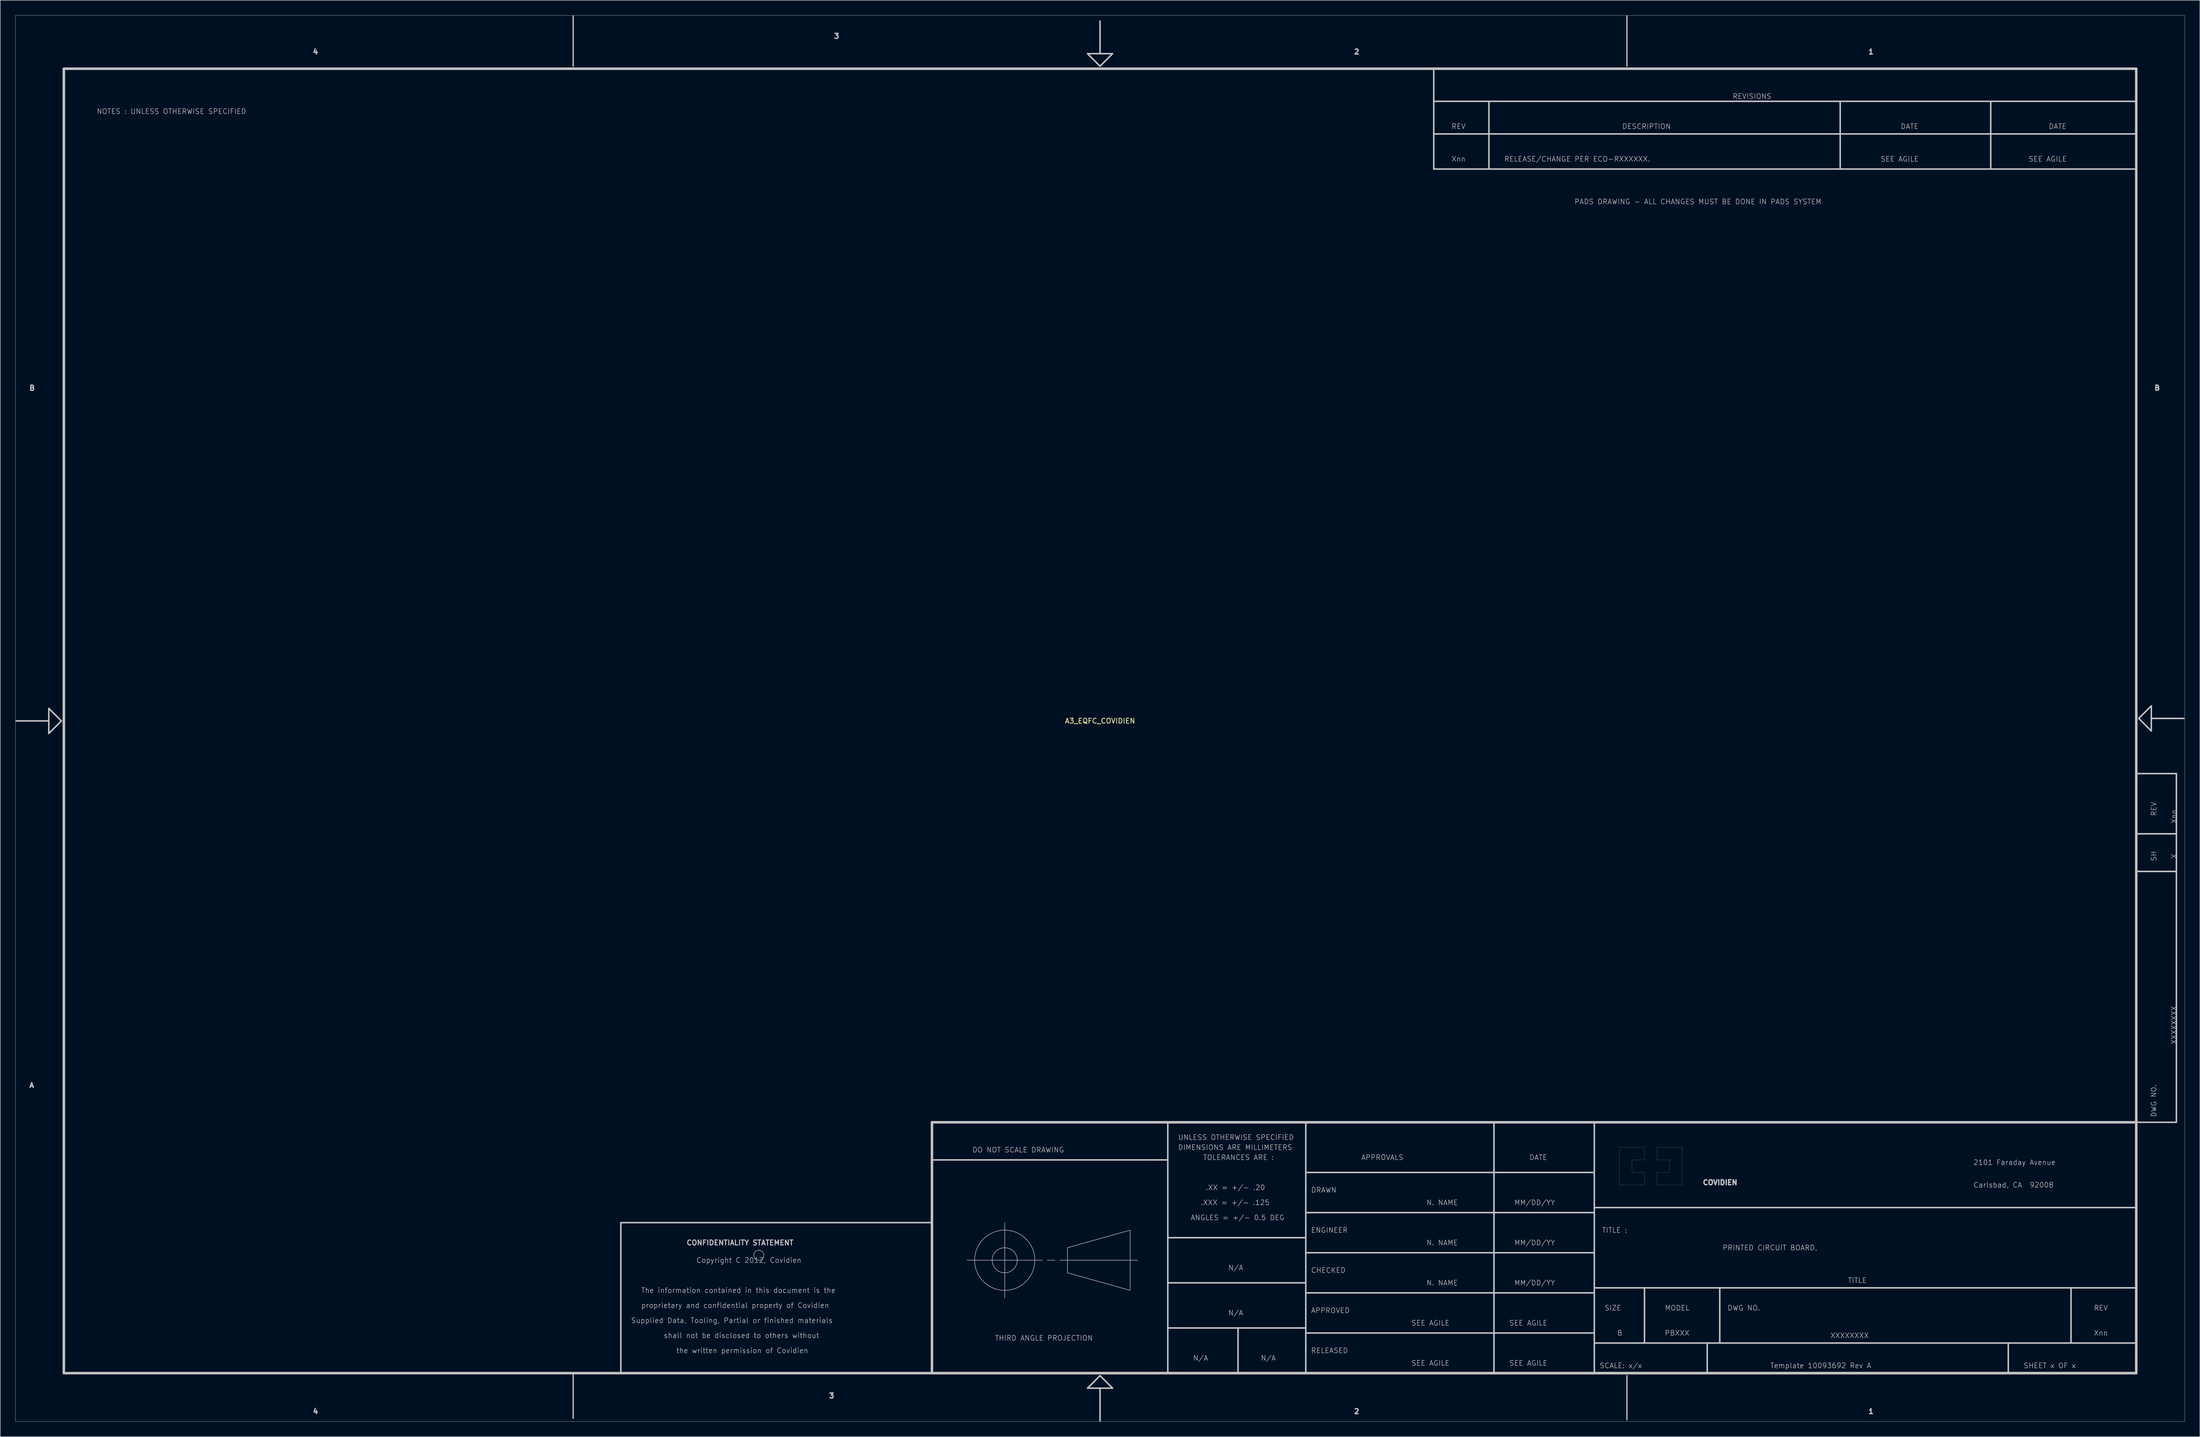
<source format=kicad_pcb>
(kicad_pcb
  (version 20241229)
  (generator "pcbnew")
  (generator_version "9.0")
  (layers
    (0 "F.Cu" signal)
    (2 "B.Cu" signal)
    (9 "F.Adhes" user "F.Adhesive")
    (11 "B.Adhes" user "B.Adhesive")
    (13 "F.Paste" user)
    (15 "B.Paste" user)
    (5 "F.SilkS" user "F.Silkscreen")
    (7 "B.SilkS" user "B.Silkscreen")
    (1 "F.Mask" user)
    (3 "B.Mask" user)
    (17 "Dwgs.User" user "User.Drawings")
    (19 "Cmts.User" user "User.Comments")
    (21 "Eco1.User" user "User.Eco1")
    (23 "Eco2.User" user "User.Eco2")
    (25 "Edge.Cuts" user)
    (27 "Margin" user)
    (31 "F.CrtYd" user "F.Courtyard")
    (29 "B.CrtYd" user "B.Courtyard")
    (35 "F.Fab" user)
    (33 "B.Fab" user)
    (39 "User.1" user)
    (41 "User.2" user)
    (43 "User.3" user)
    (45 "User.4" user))
  (footprint "A3_EQFC_COVIDIEN"
    (placed yes)
    (layer "F.Cu")
    (at 216.175 140.645)
    (property "Reference" "A3_EQFC_COVIDIEN" (at 0 0 0) (layer "F.SilkS") (effects (font (size 1 1) (thickness 0.15))))
    (attr through_hole)
    (fp_line (start -216.15 -140.62) (end 216.15 -140.62) (stroke (width 0.05) (type solid)) (layer "Dwgs.User"))
    (fp_line (start -216.15 139.65) (end -216.15 -140.62) (stroke (width 0.05) (type solid)) (layer "Dwgs.User"))
    (fp_line (start -216 0) (end -209.5 0) (stroke (width 0.3) (type solid)) (layer "Dwgs.User"))
    (fp_line (start -209.5 -2.5) (end -209.5 2.5) (stroke (width 0.3) (type solid)) (layer "Dwgs.User"))
    (fp_line (start -209.5 2.5) (end -207 0) (stroke (width 0.3) (type solid)) (layer "Dwgs.User"))
    (fp_line (start -207 0) (end -209.5 -2.5) (stroke (width 0.3) (type solid)) (layer "Dwgs.User"))
    (fp_line (start -206.5 -130) (end 206.5 -130) (stroke (width 0.5) (type solid)) (layer "Dwgs.User"))
    (fp_line (start -206.5 130) (end -206.5 -130) (stroke (width 0.5) (type solid)) (layer "Dwgs.User"))
    (fp_line (start -105 -140.495) (end -105 -130.5) (stroke (width 0.25) (type solid)) (layer "Dwgs.User"))
    (fp_line (start -105 139) (end -105 130.199) (stroke (width 0.25) (type solid)) (layer "Dwgs.User"))
    (fp_line (start -95.5 100) (end -95.5 130) (stroke (width 0.3) (type solid)) (layer "Dwgs.User"))
    (fp_line (start -95.5 130) (end -33.5 130) (stroke (width 0.3) (type solid)) (layer "Dwgs.User"))
    (fp_line (start -33.5 80) (end -33.5 130) (stroke (width 0.5) (type solid)) (layer "Dwgs.User"))
    (fp_line (start -33.5 100) (end -95.5 100) (stroke (width 0.3) (type solid)) (layer "Dwgs.User"))
    (fp_line (start -33.5 130) (end -33.5 100) (stroke (width 0.3) (type solid)) (layer "Dwgs.User"))
    (fp_line (start -33.5 130) (end 206.5 130) (stroke (width 0.5) (type solid)) (layer "Dwgs.User"))
    (fp_line (start -26.5 107.5) (end -11.5 107.5) (stroke (width 0.1) (type solid)) (layer "Dwgs.User"))
    (fp_line (start -19 100) (end -19 115) (stroke (width 0.1) (type solid)) (layer "Dwgs.User"))
    (fp_line (start -10.5 107.5) (end -9 107.5) (stroke (width 0.1) (type solid)) (layer "Dwgs.User"))
    (fp_line (start -8 107.5) (end 7.5 107.5) (stroke (width 0.1) (type solid)) (layer "Dwgs.User"))
    (fp_line (start -6.5 105) (end -6.5 110) (stroke (width 0.1) (type solid)) (layer "Dwgs.User"))
    (fp_line (start -6.5 110) (end 6 113.5) (stroke (width 0.1) (type solid)) (layer "Dwgs.User"))
    (fp_line (start -2.5 -133) (end 0 -130.5) (stroke (width 0.3) (type solid)) (layer "Dwgs.User"))
    (fp_line (start -2.5 133) (end 2.5 133) (stroke (width 0.3) (type solid)) (layer "Dwgs.User"))
    (fp_line (start 0 -139.5) (end 0 -133) (stroke (width 0.3) (type solid)) (layer "Dwgs.User"))
    (fp_line (start 0 -130.5) (end 2.5 -133) (stroke (width 0.3) (type solid)) (layer "Dwgs.User"))
    (fp_line (start 0 130.5) (end -2.5 133) (stroke (width 0.3) (type solid)) (layer "Dwgs.User"))
    (fp_line (start 0 139.5) (end 0 133) (stroke (width 0.3) (type solid)) (layer "Dwgs.User"))
    (fp_line (start 2.5 -133) (end -2.5 -133) (stroke (width 0.3) (type solid)) (layer "Dwgs.User"))
    (fp_line (start 2.5 133) (end 0 130.5) (stroke (width 0.3) (type solid)) (layer "Dwgs.User"))
    (fp_line (start 6 101.5) (end -6.5 105) (stroke (width 0.1) (type solid)) (layer "Dwgs.User"))
    (fp_line (start 6 113.5) (end 6 101.5) (stroke (width 0.1) (type solid)) (layer "Dwgs.User"))
    (fp_line (start 13.5 87.5) (end -33.5 87.5) (stroke (width 0.3) (type solid)) (layer "Dwgs.User"))
    (fp_line (start 13.5 130) (end 13.5 80) (stroke (width 0.3) (type solid)) (layer "Dwgs.User"))
    (fp_line (start 27.5 130) (end 27.5 121) (stroke (width 0.3) (type solid)) (layer "Dwgs.User"))
    (fp_line (start 41 103) (end 13.5 103) (stroke (width 0.3) (type solid)) (layer "Dwgs.User"))
    (fp_line (start 41 112) (end 13.5 112) (stroke (width 0.3) (type solid)) (layer "Dwgs.User"))
    (fp_line (start 41 121) (end 13.5 121) (stroke (width 0.3) (type solid)) (layer "Dwgs.User"))
    (fp_line (start 41 130) (end 41 80) (stroke (width 0.3) (type solid)) (layer "Dwgs.User"))
    (fp_line (start 66.5 -130) (end 206.5 -130) (stroke (width 0.3) (type solid)) (layer "Dwgs.User"))
    (fp_line (start 66.5 -123.5) (end 206.5 -123.5) (stroke (width 0.3) (type solid)) (layer "Dwgs.User"))
    (fp_line (start 66.5 -117) (end 206.5 -117) (stroke (width 0.3) (type solid)) (layer "Dwgs.User"))
    (fp_line (start 66.5 -110) (end 66.5 -130) (stroke (width 0.3) (type solid)) (layer "Dwgs.User"))
    (fp_line (start 77.5 -123.5) (end 77.5 -110) (stroke (width 0.3) (type solid)) (layer "Dwgs.User"))
    (fp_line (start 78.5 130) (end 78.5 80) (stroke (width 0.3) (type solid)) (layer "Dwgs.User"))
    (fp_line (start 98.5 90) (end 41 90) (stroke (width 0.3) (type solid)) (layer "Dwgs.User"))
    (fp_line (start 98.5 97) (end 206.5 97) (stroke (width 0.3) (type solid)) (layer "Dwgs.User"))
    (fp_line (start 98.5 98) (end 41 98) (stroke (width 0.3) (type solid)) (layer "Dwgs.User"))
    (fp_line (start 98.5 106) (end 41 106) (stroke (width 0.3) (type solid)) (layer "Dwgs.User"))
    (fp_line (start 98.5 113) (end 206.5 113) (stroke (width 0.3) (type solid)) (layer "Dwgs.User"))
    (fp_line (start 98.5 114) (end 41 114) (stroke (width 0.3) (type solid)) (layer "Dwgs.User"))
    (fp_line (start 98.5 122) (end 41 122) (stroke (width 0.3) (type solid)) (layer "Dwgs.User"))
    (fp_line (start 98.5 124) (end 206.5 124) (stroke (width 0.3) (type solid)) (layer "Dwgs.User"))
    (fp_line (start 98.5 130) (end 98.5 80) (stroke (width 0.3) (type solid)) (layer "Dwgs.User"))
    (fp_line (start 105 -140.495) (end 105 -130.5) (stroke (width 0.25) (type solid)) (layer "Dwgs.User"))
    (fp_line (start 105 139.301) (end 105 130.5) (stroke (width 0.25) (type solid)) (layer "Dwgs.User"))
    (fp_line (start 108.5 113) (end 108.5 124) (stroke (width 0.3) (type solid)) (layer "Dwgs.User"))
    (fp_line (start 121 124) (end 121 130) (stroke (width 0.3) (type solid)) (layer "Dwgs.User"))
    (fp_line (start 123.5 113) (end 123.5 124) (stroke (width 0.3) (type solid)) (layer "Dwgs.User"))
    (fp_line (start 147.5 -123.5) (end 147.5 -110) (stroke (width 0.3) (type solid)) (layer "Dwgs.User"))
    (fp_line (start 177.5 -123.5) (end 177.5 -110) (stroke (width 0.3) (type solid)) (layer "Dwgs.User"))
    (fp_line (start 181 124) (end 181 130) (stroke (width 0.3) (type solid)) (layer "Dwgs.User"))
    (fp_line (start 193.5 113) (end 193.5 124) (stroke (width 0.3) (type solid)) (layer "Dwgs.User"))
    (fp_line (start 206.5 -130) (end 206.5 -110) (stroke (width 0.3) (type solid)) (layer "Dwgs.User"))
    (fp_line (start 206.5 -130) (end 206.5 130) (stroke (width 0.5) (type solid)) (layer "Dwgs.User"))
    (fp_line (start 206.5 -110) (end 66.5 -110) (stroke (width 0.3) (type solid)) (layer "Dwgs.User"))
    (fp_line (start 206.5 10.5) (end 206.5 80) (stroke (width 0.3) (type solid)) (layer "Dwgs.User"))
    (fp_line (start 206.5 22.5) (end 214.5 22.5) (stroke (width 0.3) (type solid)) (layer "Dwgs.User"))
    (fp_line (start 206.5 30) (end 214.5 30) (stroke (width 0.3) (type solid)) (layer "Dwgs.User"))
    (fp_line (start 206.5 80) (end -33.5 80) (stroke (width 0.5) (type solid)) (layer "Dwgs.User"))
    (fp_line (start 206.5 80) (end 214.5 80) (stroke (width 0.3) (type solid)) (layer "Dwgs.User"))
    (fp_line (start 206.5 130) (end -206.5 130) (stroke (width 0.5) (type solid)) (layer "Dwgs.User"))
    (fp_line (start 206.5 130) (end 206.5 80) (stroke (width 0.5) (type solid)) (layer "Dwgs.User"))
    (fp_line (start 207 -0.5) (end 209.5 2) (stroke (width 0.3) (type solid)) (layer "Dwgs.User"))
    (fp_line (start 209.5 -3) (end 207 -0.5) (stroke (width 0.3) (type solid)) (layer "Dwgs.User"))
    (fp_line (start 209.5 2) (end 209.5 -3) (stroke (width 0.3) (type solid)) (layer "Dwgs.User"))
    (fp_line (start 214.5 10.5) (end 206.5 10.5) (stroke (width 0.3) (type solid)) (layer "Dwgs.User"))
    (fp_line (start 214.5 22.5) (end 206.5 22.5) (stroke (width 0.3) (type solid)) (layer "Dwgs.User"))
    (fp_line (start 214.5 30) (end 206.5 30) (stroke (width 0.3) (type solid)) (layer "Dwgs.User"))
    (fp_line (start 214.5 80) (end 214.5 10.5) (stroke (width 0.3) (type solid)) (layer "Dwgs.User"))
    (fp_line (start 216 -0.5) (end 209.5 -0.5) (stroke (width 0.3) (type solid)) (layer "Dwgs.User"))
    (fp_line (start 216.15 -140.62) (end 216.15 139.65) (stroke (width 0.05) (type solid)) (layer "Dwgs.User"))
    (fp_line (start 216.15 139.65) (end -216.15 139.65) (stroke (width 0.05) (type solid)) (layer "Dwgs.User"))
    (fp_arc (start -67 106.5) (mid -69 106.5) (end -67 106.5) (stroke (width 0.1) (type solid)) (layer "Dwgs.User"))
    (fp_arc (start -16.5 107.5) (mid -21.5 107.5) (end -16.5 107.5) (stroke (width 0.1) (type solid)) (layer "Dwgs.User"))
    (fp_arc (start -13 107.5) (mid -25 107.5) (end -13 107.5) (stroke (width 0.1) (type solid)) (layer "Dwgs.User"))
    (fp_poly (pts (xy 103.5 92.5) (xy 103.5 85) (xy 108.5 85) (xy 108.5 87.5) (xy 106 87.5) (xy 106 90) (xy 108.5 90) (xy 108.5 92.5)) (stroke (width 0.02) (type solid)) (fill no) (layer "Dwgs.User"))
    (fp_poly (pts (xy 116 85) (xy 116 92.5) (xy 111 92.5) (xy 111 90) (xy 113.5 90) (xy 113.5 87.5) (xy 111 87.5) (xy 111 85)) (stroke (width 0.02) (type solid)) (fill no) (layer "Dwgs.User"))
    (fp_text user "DATE" (at 85.5 87 0) (layer "Dwgs.User") (effects (font (size 1 1) (thickness 0.1)) (justify left)))
    (fp_text user "RELEASED" (at 42 125.5 0) (layer "Dwgs.User") (effects (font (size 1 1) (thickness 0.1)) (justify left)))
    (fp_text user "DWG NO." (at 210 79 270) (layer "Dwgs.User") (effects (font (size 1 1) (thickness 0.1)) (justify left)))
    (fp_text user "DESCRIPTION" (at 104 -118.5 0) (layer "Dwgs.User") (effects (font (size 1 1) (thickness 0.1)) (justify left)))
    (fp_text user "PRINTED CIRCUIT BOARD," (at 124 105 0) (layer "Dwgs.User") (effects (font (size 1 1) (thickness 0.1)) (justify left)))
    (fp_text user "SH" (at 210 28 270) (layer "Dwgs.User") (effects (font (size 1 1) (thickness 0.1)) (justify left)))
    (fp_text user "Template 10093692 Rev A " (at 133.5 128.5 0) (layer "Dwgs.User") (effects (font (size 1 1) (thickness 0.1)) (justify left)))
    (fp_text user "X" (at 214 27.5 270) (layer "Dwgs.User") (effects (font (size 1 1) (thickness 0.1)) (justify left)))
    (fp_text user "COVIDIEN" (at 120 92 0) (layer "Dwgs.User") (effects (font (size 1 1) (thickness 0.3)) (justify left)))
    (fp_text user "SEE AGILE" (at 185 -112 0) (layer "Dwgs.User") (effects (font (size 1 1) (thickness 0.1)) (justify left)))
    (fp_text user "ENGINEER" (at 42 101.5 0) (layer "Dwgs.User") (effects (font (size 1 1) (thickness 0.1)) (justify left)))
    (fp_text user "Copyright C 2012, Covidien" (at -80.5 107.5 0) (layer "Dwgs.User") (effects (font (size 1 1) (thickness 0.1)) (justify left)))
    (fp_text user "3" (at -52.5 -136.5 0) (layer "Dwgs.User") (effects (font (size 1 1) (thickness 0.508))))
    (fp_text user "SEE AGILE" (at 62 128 0) (layer "Dwgs.User") (effects (font (size 1 1) (thickness 0.1)) (justify left)))
    (fp_text user "DRAWN" (at 42 93.5 0) (layer "Dwgs.User") (effects (font (size 1 1) (thickness 0.1)) (justify left)))
    (fp_text user "THIRD ANGLE PROJECTION" (at -21 123 0) (layer "Dwgs.User") (effects (font (size 1 1) (thickness 0.1)) (justify left)))
    (fp_text user ".XXX = +/- .125" (at 20 96 0) (layer "Dwgs.User") (effects (font (size 1 1) (thickness 0.1)) (justify left)))
    (fp_text user "shall not be disclosed to others without" (at -87 122.5 0) (layer "Dwgs.User") (effects (font (size 1 1) (thickness 0.1)) (justify left)))
    (fp_text user "1" (at 153.002 137.625 0) (layer "Dwgs.User") (effects (font (size 1 1) (thickness 0.508)) (justify left)))
    (fp_text user "DATE" (at 189 -118.5 0) (layer "Dwgs.User") (effects (font (size 1 1) (thickness 0.1)) (justify left)))
    (fp_text user "4" (at -156.998 -133.375 0) (layer "Dwgs.User") (effects (font (size 1 1) (thickness 0.508)) (justify left)))
    (fp_text user "3" (at -53.5 134.5 0) (layer "Dwgs.User") (effects (font (size 1 1) (thickness 0.508))))
    (fp_text user "4" (at -156.998 137.625 0) (layer "Dwgs.User") (effects (font (size 1 1) (thickness 0.508)) (justify left)))
    (fp_text user "MM/DD/YY" (at 82.5 112 0) (layer "Dwgs.User") (effects (font (size 1 1) (thickness 0.1)) (justify left)))
    (fp_text user "2101 Faraday Avenue" (at 174 88 0) (layer "Dwgs.User") (effects (font (size 1 1) (thickness 0.1)) (justify left)))
    (fp_text user "N. NAME" (at 65 112 0) (layer "Dwgs.User") (effects (font (size 1 1) (thickness 0.1)) (justify left)))
    (fp_text user "SEE AGILE" (at 62 120 0) (layer "Dwgs.User") (effects (font (size 1 1) (thickness 0.1)) (justify left)))
    (fp_text user "2" (at 50.502 137.625 0) (layer "Dwgs.User") (effects (font (size 1 1) (thickness 0.508)) (justify left)))
    (fp_text user "CHECKED" (at 42 109.5 0) (layer "Dwgs.User") (effects (font (size 1 1) (thickness 0.1)) (justify left)))
    (fp_text user "XXXXXXXX" (at 145.5 122.5 0) (layer "Dwgs.User") (effects (font (size 1 1) (thickness 0.1)) (justify left)))
    (fp_text user "REVISIONS" (at 126 -124.5 0) (layer "Dwgs.User") (effects (font (size 1 1) (thickness 0.1)) (justify left)))
    (fp_text user "APPROVED" (at 42 117.5 0) (layer "Dwgs.User") (effects (font (size 1 1) (thickness 0.1)) (justify left)))
    (fp_text user "NOTES : UNLESS OTHERWISE SPECIFIED" (at -200 -121.5 0) (layer "Dwgs.User") (effects (font (size 1 1) (thickness 0.1)) (justify left)))
    (fp_text user "TITLE" (at 149 111.5 0) (layer "Dwgs.User") (effects (font (size 1 1) (thickness 0.1)) (justify left)))
    (fp_text user "MODEL" (at 112.5 117 0) (layer "Dwgs.User") (effects (font (size 1 1) (thickness 0.1)) (justify left)))
    (fp_text user "B" (at 103 122 0) (layer "Dwgs.User") (effects (font (size 1 1) (thickness 0.1)) (justify left)))
    (fp_text user "RELEASE/CHANGE PER ECO-RXXXXXX." (at 80.5 -112 0) (layer "Dwgs.User") (effects (font (size 1 1) (thickness 0.1)) (justify left)))
    (fp_text user "N/A" (at 18.5 127 0) (layer "Dwgs.User") (effects (font (size 1 1) (thickness 0.1)) (justify left)))
    (fp_text user "REV" (at 198 117 0) (layer "Dwgs.User") (effects (font (size 1 1) (thickness 0.1)) (justify left)))
    (fp_text user "SEE AGILE" (at 81.5 120 0) (layer "Dwgs.User") (effects (font (size 1 1) (thickness 0.1)) (justify left)))
    (fp_text user "MM/DD/YY" (at 82.5 104 0) (layer "Dwgs.User") (effects (font (size 1 1) (thickness 0.1)) (justify left)))
    (fp_text user "Supplied Data, Tooling, Partial or finished materials" (at -93.5 119.5 0) (layer "Dwgs.User") (effects (font (size 1 1) (thickness 0.1)) (justify left)))
    (fp_text user "SEE AGILE" (at 81.5 128 0) (layer "Dwgs.User") (effects (font (size 1 1) (thickness 0.1)) (justify left)))
    (fp_text user "ANGLES = +/- 0.5 DEG" (at 18 99 0) (layer "Dwgs.User") (effects (font (size 1 1) (thickness 0.1)) (justify left)))
    (fp_text user "A" (at -213.498 72.625 0) (layer "Dwgs.User") (effects (font (size 1 1) (thickness 0.508)) (justify left)))
    (fp_text user "SIZE" (at 100.5 117 0) (layer "Dwgs.User") (effects (font (size 1 1) (thickness 0.1)) (justify left)))
    (fp_text user "REV" (at 210 19 270) (layer "Dwgs.User") (effects (font (size 1 1) (thickness 0.1)) (justify left)))
    (fp_text user "DWG NO." (at 125 117 0) (layer "Dwgs.User") (effects (font (size 1 1) (thickness 0.1)) (justify left)))
    (fp_text user "Carlsbad, CA  92008" (at 174 92.5 0) (layer "Dwgs.User") (effects (font (size 1 1) (thickness 0.1)) (justify left)))
    (fp_text user "N. NAME" (at 65 96 0) (layer "Dwgs.User") (effects (font (size 1 1) (thickness 0.1)) (justify left)))
    (fp_text user "the written permission of Covidien" (at -84.5 125.5 0) (layer "Dwgs.User") (effects (font (size 1 1) (thickness 0.1)) (justify left)))
    (fp_text user "DO NOT SCALE DRAWING" (at -25.5 85.5 0) (layer "Dwgs.User") (effects (font (size 1 1) (thickness 0.1)) (justify left)))
    (fp_text user "2" (at 50.502 -133.375 0) (layer "Dwgs.User") (effects (font (size 1 1) (thickness 0.508)) (justify left)))
    (fp_text user "Xnn" (at 214 20.5 270) (layer "Dwgs.User") (effects (font (size 1 1) (thickness 0.1)) (justify left)))
    (fp_text user "UNLESS OTHERWISE SPECIFIED" (at 15.5 83 0) (layer "Dwgs.User") (effects (font (size 1 1) (thickness 0.1)) (justify left)))
    (fp_text user "PBXXX" (at 112.5 122 0) (layer "Dwgs.User") (effects (font (size 1 1) (thickness 0.1)) (justify left)))
    (fp_text user "proprietary and confidential property of Covidien" (at -91.5 116.5 0) (layer "Dwgs.User") (effects (font (size 1 1) (thickness 0.1)) (justify left)))
    (fp_text user "N/A" (at 32 127 0) (layer "Dwgs.User") (effects (font (size 1 1) (thickness 0.1)) (justify left)))
    (fp_text user "DATE" (at 159.5 -118.5 0) (layer "Dwgs.User") (effects (font (size 1 1) (thickness 0.1)) (justify left)))
    (fp_text user "TOLERANCES ARE :" (at 20.5 87 0) (layer "Dwgs.User") (effects (font (size 1 1) (thickness 0.1)) (justify left)))
    (fp_text user ".XX = +/- .20" (at 21 93 0) (layer "Dwgs.User") (effects (font (size 1 1) (thickness 0.1)) (justify left)))
    (fp_text user "Xnn" (at 198 122 0) (layer "Dwgs.User") (effects (font (size 1 1) (thickness 0.1)) (justify left)))
    (fp_text user "REV" (at 70 -118.5 0) (layer "Dwgs.User") (effects (font (size 1 1) (thickness 0.1)) (justify left)))
    (fp_text user "B" (at -213.498 -66.375 0) (layer "Dwgs.User") (effects (font (size 1 1) (thickness 0.508)) (justify left)))
    (fp_text user "N/A" (at 25.5 109 0) (layer "Dwgs.User") (effects (font (size 1 1) (thickness 0.1)) (justify left)))
    (fp_text user "SHEET x OF x" (at 184 128.5 0) (layer "Dwgs.User") (effects (font (size 1 1) (thickness 0.1)) (justify left)))
    (fp_text user "SEE AGILE" (at 155.5 -112 0) (layer "Dwgs.User") (effects (font (size 1 1) (thickness 0.1)) (justify left)))
    (fp_text user "PADS DRAWING - ALL CHANGES MUST BE DONE IN PADS SYSTEM" (at 94.5 -103.5 0) (layer "Dwgs.User") (effects (font (size 1 1) (thickness 0.1)) (justify left)))
    (fp_text user "TITLE :" (at 100 101.5 0) (layer "Dwgs.User") (effects (font (size 1 1) (thickness 0.1)) (justify left)))
    (fp_text user "DIMENSIONS ARE MILLIMETERS" (at 15.5 85 0) (layer "Dwgs.User") (effects (font (size 1 1) (thickness 0.1)) (justify left)))
    (fp_text user "N/A" (at 25.5 118 0) (layer "Dwgs.User") (effects (font (size 1 1) (thickness 0.1)) (justify left)))
    (fp_text user "1" (at 153.002 -133.375 0) (layer "Dwgs.User") (effects (font (size 1 1) (thickness 0.508)) (justify left)))
    (fp_text user "N. NAME" (at 65 104 0) (layer "Dwgs.User") (effects (font (size 1 1) (thickness 0.1)) (justify left)))
    (fp_text user "SCALE: x/x" (at 99.5 128.5 0) (layer "Dwgs.User") (effects (font (size 1 1) (thickness 0.1)) (justify left)))
    (fp_text user "B" (at 210.002 -66.375 0) (layer "Dwgs.User") (effects (font (size 1 1) (thickness 0.508)) (justify left)))
    (fp_text user "CONFIDENTIALITY STATEMENT" (at -82.5 104 0) (layer "Dwgs.User") (effects (font (size 1 1) (thickness 0.2)) (justify left)))
    (fp_text user "The information contained in this document is the" (at -91.5 113.5 0) (layer "Dwgs.User") (effects (font (size 1 1) (thickness 0.1)) (justify left)))
    (fp_text user "APPROVALS" (at 52 87 0) (layer "Dwgs.User") (effects (font (size 1 1) (thickness 0.1)) (justify left)))
    (fp_text user "MM/DD/YY" (at 82.5 96 0) (layer "Dwgs.User") (effects (font (size 1 1) (thickness 0.1)) (justify left)))
    (fp_text user "XXXXXXXX" (at 214 64.5 270) (layer "Dwgs.User") (effects (font (size 1 1) (thickness 0.1)) (justify left)))
    (fp_text user "Xnn" (at 70 -112 0) (layer "Dwgs.User") (effects (font (size 1 1) (thickness 0.1)) (justify left))))
  (gr_rect
    (start -3 -3)
    (end 435.35 283.32)
    (stroke (width 0.1) (type default))
    (fill no)
    (layer "Edge.Cuts")))
</source>
